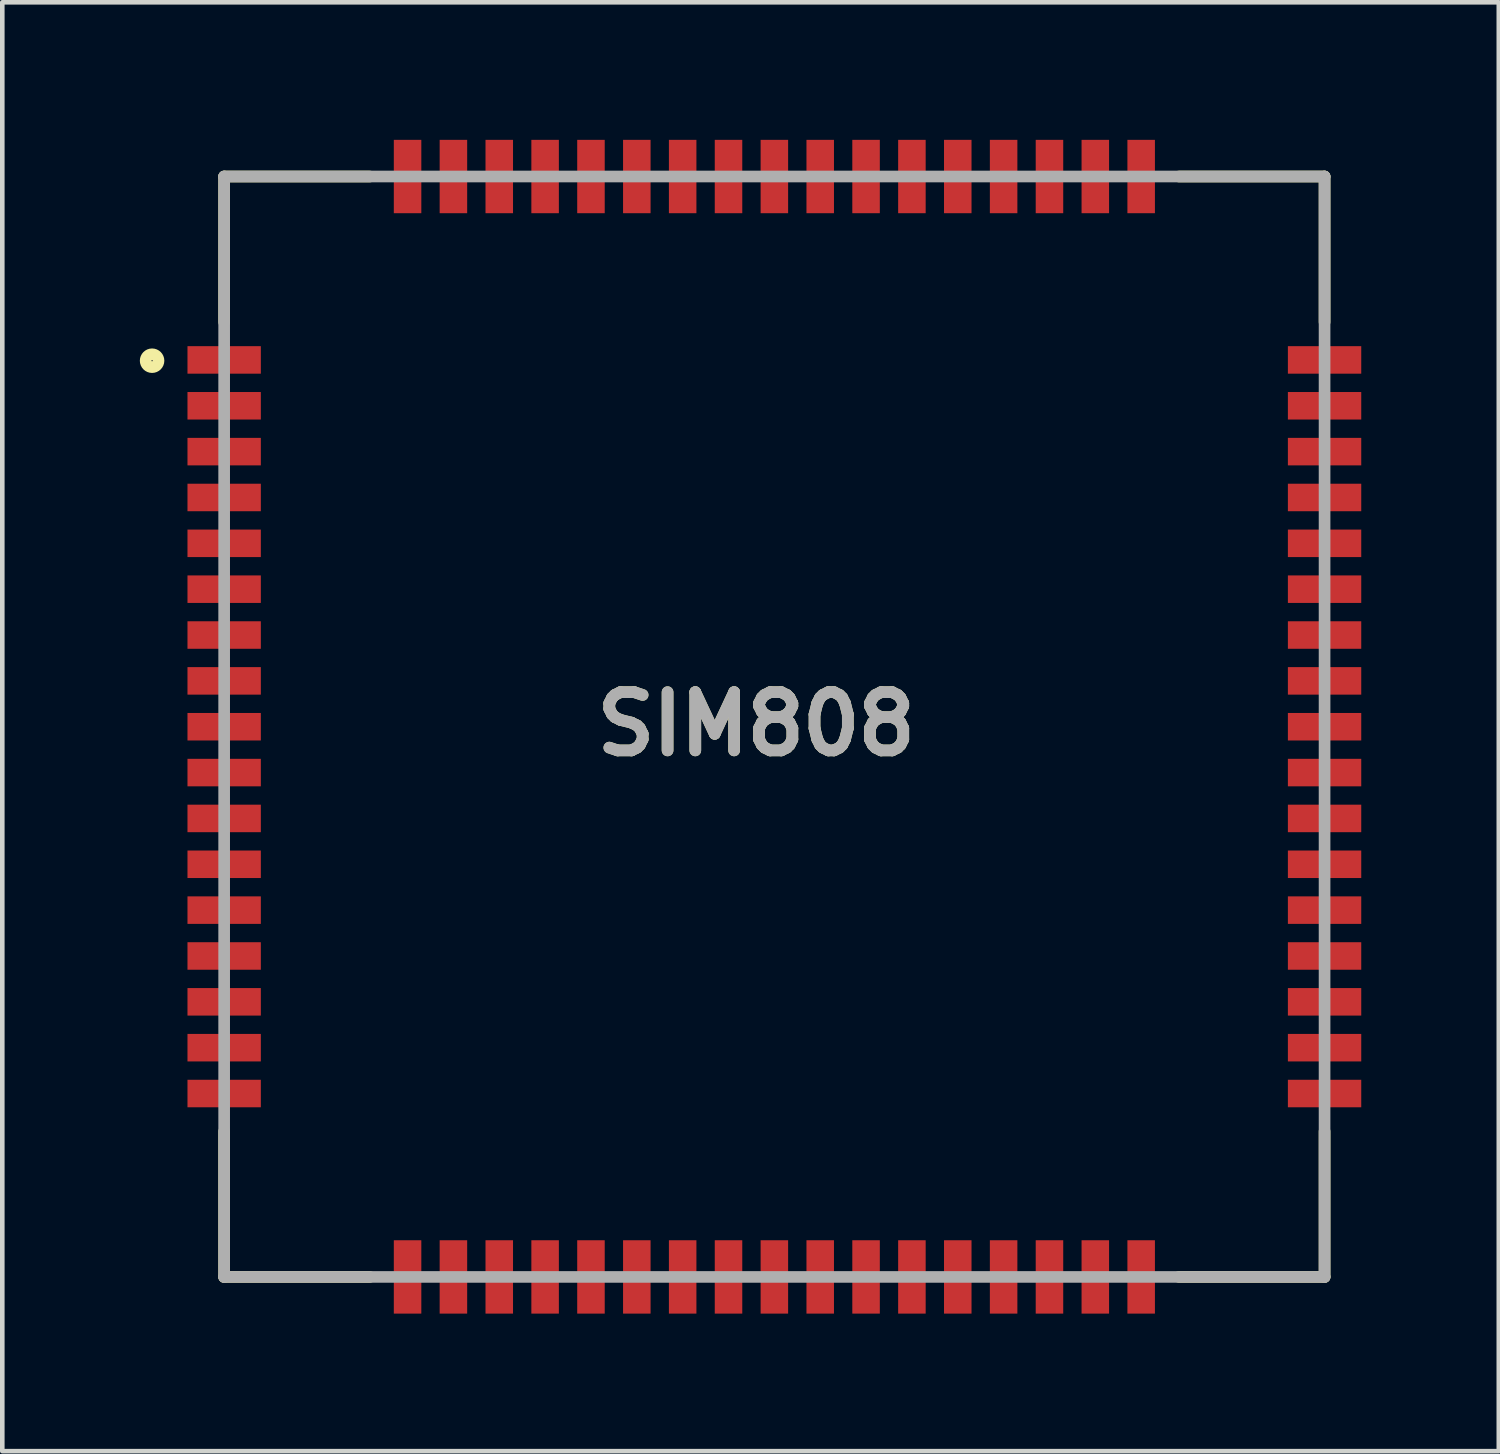
<source format=kicad_pcb>
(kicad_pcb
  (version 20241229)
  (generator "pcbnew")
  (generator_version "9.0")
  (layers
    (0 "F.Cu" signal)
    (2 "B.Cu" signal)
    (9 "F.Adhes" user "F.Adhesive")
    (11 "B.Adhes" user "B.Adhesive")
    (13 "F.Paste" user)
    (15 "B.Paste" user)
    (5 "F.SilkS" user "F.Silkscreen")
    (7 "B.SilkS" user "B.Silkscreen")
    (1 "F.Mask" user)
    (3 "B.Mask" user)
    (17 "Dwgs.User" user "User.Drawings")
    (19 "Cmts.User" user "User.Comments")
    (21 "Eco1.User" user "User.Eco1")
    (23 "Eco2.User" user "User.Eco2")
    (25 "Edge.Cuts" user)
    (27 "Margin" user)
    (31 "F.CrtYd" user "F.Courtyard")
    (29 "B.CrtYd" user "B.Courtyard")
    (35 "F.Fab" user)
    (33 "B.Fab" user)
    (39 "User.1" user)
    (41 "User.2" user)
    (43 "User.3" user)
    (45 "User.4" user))
  (footprint "SIM808"
    (layer "F.Cu")
    (at 13.839 12.8)
    (property "Reference" "SIM808" (at -0.394 -0.058 0) (layer "F.SilkS") (effects (font (size 1.27 1.27) (thickness 0.254))))
    (attr smd)
    (fp_line (start -12 -12) (end -12 -8.825) (stroke (width 0.254) (type solid)) (layer "F.SilkS"))
    (fp_line (start -12 -12) (end -8.825 -12) (stroke (width 0.254) (type solid)) (layer "F.SilkS"))
    (fp_line (start -12 12) (end -12 8.825) (stroke (width 0.254) (type solid)) (layer "F.SilkS"))
    (fp_line (start -12 12) (end -8.825 12) (stroke (width 0.254) (type solid)) (layer "F.SilkS"))
    (fp_line (start 12 -12) (end 8.825 -12) (stroke (width 0.254) (type solid)) (layer "F.SilkS"))
    (fp_line (start 12 -12) (end 12 -8.825) (stroke (width 0.254) (type solid)) (layer "F.SilkS"))
    (fp_line (start 12 12) (end 8.825 12) (stroke (width 0.254) (type solid)) (layer "F.SilkS"))
    (fp_line (start 12 12) (end 12 8.825) (stroke (width 0.254) (type solid)) (layer "F.SilkS"))
    (fp_circle (center -13.572 -7.983) (end -13.572 -7.843) (stroke (width 0.254) (type solid)) (fill no) (layer "F.SilkS"))
    (fp_line (start -12 -12) (end 12 -12) (stroke (width 0.254) (type solid)) (layer "F.Fab"))
    (fp_line (start -12 12) (end -12 -12) (stroke (width 0.254) (type solid)) (layer "F.Fab"))
    (fp_line (start 12 -12) (end 12 12) (stroke (width 0.254) (type solid)) (layer "F.Fab"))
    (fp_line (start 12 12) (end -12 12) (stroke (width 0.254) (type solid)) (layer "F.Fab"))
    (fp_text user "${REFERENCE}" (at -0.394 -0.058 0) (layer "F.Fab") (effects (font (size 1.27 1.27) (thickness 0.254))))
    (pad "1" smd rect (at -12 -8 90) (size 0.6 1.6) (layers "F.Cu" "F.Mask" "F.Paste"))
    (pad "2" smd rect (at -12 -7 90) (size 0.6 1.6) (layers "F.Cu" "F.Mask" "F.Paste"))
    (pad "3" smd rect (at -12 -6 90) (size 0.6 1.6) (layers "F.Cu" "F.Mask" "F.Paste"))
    (pad "4" smd rect (at -12 -5 90) (size 0.6 1.6) (layers "F.Cu" "F.Mask" "F.Paste"))
    (pad "5" smd rect (at -12 -4 90) (size 0.6 1.6) (layers "F.Cu" "F.Mask" "F.Paste"))
    (pad "6" smd rect (at -12 -3 90) (size 0.6 1.6) (layers "F.Cu" "F.Mask" "F.Paste"))
    (pad "7" smd rect (at -12 -2 90) (size 0.6 1.6) (layers "F.Cu" "F.Mask" "F.Paste"))
    (pad "8" smd rect (at -12 -1 90) (size 0.6 1.6) (layers "F.Cu" "F.Mask" "F.Paste"))
    (pad "9" smd rect (at -12 0 90) (size 0.6 1.6) (layers "F.Cu" "F.Mask" "F.Paste"))
    (pad "10" smd rect (at -12 1 90) (size 0.6 1.6) (layers "F.Cu" "F.Mask" "F.Paste"))
    (pad "11" smd rect (at -12 2 90) (size 0.6 1.6) (layers "F.Cu" "F.Mask" "F.Paste"))
    (pad "12" smd rect (at -12 3 90) (size 0.6 1.6) (layers "F.Cu" "F.Mask" "F.Paste"))
    (pad "13" smd rect (at -12 4 90) (size 0.6 1.6) (layers "F.Cu" "F.Mask" "F.Paste"))
    (pad "14" smd rect (at -12 5 90) (size 0.6 1.6) (layers "F.Cu" "F.Mask" "F.Paste"))
    (pad "15" smd rect (at -12 6 90) (size 0.6 1.6) (layers "F.Cu" "F.Mask" "F.Paste"))
    (pad "16" smd rect (at -12 7 90) (size 0.6 1.6) (layers "F.Cu" "F.Mask" "F.Paste"))
    (pad "17" smd rect (at -12 8 90) (size 0.6 1.6) (layers "F.Cu" "F.Mask" "F.Paste"))
    (pad "18" smd rect (at -8 12) (size 0.6 1.6) (layers "F.Cu" "F.Mask" "F.Paste"))
    (pad "19" smd rect (at -7 12) (size 0.6 1.6) (layers "F.Cu" "F.Mask" "F.Paste"))
    (pad "20" smd rect (at -6 12) (size 0.6 1.6) (layers "F.Cu" "F.Mask" "F.Paste"))
    (pad "21" smd rect (at -5 12) (size 0.6 1.6) (layers "F.Cu" "F.Mask" "F.Paste"))
    (pad "22" smd rect (at -4 12) (size 0.6 1.6) (layers "F.Cu" "F.Mask" "F.Paste"))
    (pad "23" smd rect (at -3 12) (size 0.6 1.6) (layers "F.Cu" "F.Mask" "F.Paste"))
    (pad "24" smd rect (at -2 12) (size 0.6 1.6) (layers "F.Cu" "F.Mask" "F.Paste"))
    (pad "25" smd rect (at -1 12) (size 0.6 1.6) (layers "F.Cu" "F.Mask" "F.Paste"))
    (pad "26" smd rect (at 0 12) (size 0.6 1.6) (layers "F.Cu" "F.Mask" "F.Paste"))
    (pad "27" smd rect (at 1 12) (size 0.6 1.6) (layers "F.Cu" "F.Mask" "F.Paste"))
    (pad "28" smd rect (at 2 12) (size 0.6 1.6) (layers "F.Cu" "F.Mask" "F.Paste"))
    (pad "29" smd rect (at 3 12) (size 0.6 1.6) (layers "F.Cu" "F.Mask" "F.Paste"))
    (pad "30" smd rect (at 4 12) (size 0.6 1.6) (layers "F.Cu" "F.Mask" "F.Paste"))
    (pad "31" smd rect (at 5 12) (size 0.6 1.6) (layers "F.Cu" "F.Mask" "F.Paste"))
    (pad "32" smd rect (at 6 12) (size 0.6 1.6) (layers "F.Cu" "F.Mask" "F.Paste"))
    (pad "33" smd rect (at 7 12) (size 0.6 1.6) (layers "F.Cu" "F.Mask" "F.Paste"))
    (pad "34" smd rect (at 8 12) (size 0.6 1.6) (layers "F.Cu" "F.Mask" "F.Paste"))
    (pad "35" smd rect (at 12 8 90) (size 0.6 1.6) (layers "F.Cu" "F.Mask" "F.Paste"))
    (pad "36" smd rect (at 12 7 90) (size 0.6 1.6) (layers "F.Cu" "F.Mask" "F.Paste"))
    (pad "37" smd rect (at 12 6 90) (size 0.6 1.6) (layers "F.Cu" "F.Mask" "F.Paste"))
    (pad "38" smd rect (at 12 5 90) (size 0.6 1.6) (layers "F.Cu" "F.Mask" "F.Paste"))
    (pad "39" smd rect (at 12 4 90) (size 0.6 1.6) (layers "F.Cu" "F.Mask" "F.Paste"))
    (pad "40" smd rect (at 12 3 90) (size 0.6 1.6) (layers "F.Cu" "F.Mask" "F.Paste"))
    (pad "41" smd rect (at 12 2 90) (size 0.6 1.6) (layers "F.Cu" "F.Mask" "F.Paste"))
    (pad "42" smd rect (at 12 1 90) (size 0.6 1.6) (layers "F.Cu" "F.Mask" "F.Paste"))
    (pad "43" smd rect (at 12 0 90) (size 0.6 1.6) (layers "F.Cu" "F.Mask" "F.Paste"))
    (pad "44" smd rect (at 12 -1 90) (size 0.6 1.6) (layers "F.Cu" "F.Mask" "F.Paste"))
    (pad "45" smd rect (at 12 -2 90) (size 0.6 1.6) (layers "F.Cu" "F.Mask" "F.Paste"))
    (pad "46" smd rect (at 12 -3 90) (size 0.6 1.6) (layers "F.Cu" "F.Mask" "F.Paste"))
    (pad "47" smd rect (at 12 -4 90) (size 0.6 1.6) (layers "F.Cu" "F.Mask" "F.Paste"))
    (pad "48" smd rect (at 12 -5 90) (size 0.6 1.6) (layers "F.Cu" "F.Mask" "F.Paste"))
    (pad "49" smd rect (at 12 -6 90) (size 0.6 1.6) (layers "F.Cu" "F.Mask" "F.Paste"))
    (pad "50" smd rect (at 12 -7 90) (size 0.6 1.6) (layers "F.Cu" "F.Mask" "F.Paste"))
    (pad "51" smd rect (at 12 -8 90) (size 0.6 1.6) (layers "F.Cu" "F.Mask" "F.Paste"))
    (pad "52" smd rect (at 8 -12) (size 0.6 1.6) (layers "F.Cu" "F.Mask" "F.Paste"))
    (pad "53" smd rect (at 7 -12) (size 0.6 1.6) (layers "F.Cu" "F.Mask" "F.Paste"))
    (pad "54" smd rect (at 6 -12) (size 0.6 1.6) (layers "F.Cu" "F.Mask" "F.Paste"))
    (pad "55" smd rect (at 5 -12) (size 0.6 1.6) (layers "F.Cu" "F.Mask" "F.Paste"))
    (pad "56" smd rect (at 4 -12) (size 0.6 1.6) (layers "F.Cu" "F.Mask" "F.Paste"))
    (pad "57" smd rect (at 3 -12) (size 0.6 1.6) (layers "F.Cu" "F.Mask" "F.Paste"))
    (pad "58" smd rect (at 2 -12) (size 0.6 1.6) (layers "F.Cu" "F.Mask" "F.Paste"))
    (pad "59" smd rect (at 1 -12) (size 0.6 1.6) (layers "F.Cu" "F.Mask" "F.Paste"))
    (pad "60" smd rect (at 0 -12) (size 0.6 1.6) (layers "F.Cu" "F.Mask" "F.Paste"))
    (pad "61" smd rect (at -1 -12) (size 0.6 1.6) (layers "F.Cu" "F.Mask" "F.Paste"))
    (pad "62" smd rect (at -2 -12) (size 0.6 1.6) (layers "F.Cu" "F.Mask" "F.Paste"))
    (pad "63" smd rect (at -3 -12) (size 0.6 1.6) (layers "F.Cu" "F.Mask" "F.Paste"))
    (pad "64" smd rect (at -4 -12) (size 0.6 1.6) (layers "F.Cu" "F.Mask" "F.Paste"))
    (pad "65" smd rect (at -5 -12) (size 0.6 1.6) (layers "F.Cu" "F.Mask" "F.Paste"))
    (pad "66" smd rect (at -6 -12) (size 0.6 1.6) (layers "F.Cu" "F.Mask" "F.Paste"))
    (pad "67" smd rect (at -7 -12) (size 0.6 1.6) (layers "F.Cu" "F.Mask" "F.Paste"))
    (pad "68" smd rect (at -8 -12) (size 0.6 1.6) (layers "F.Cu" "F.Mask" "F.Paste")))
  (gr_rect
    (start -3 -3)
    (end 29.639 28.6)
    (stroke (width 0.1) (type default))
    (fill no)
    (layer "Edge.Cuts")))
</source>
